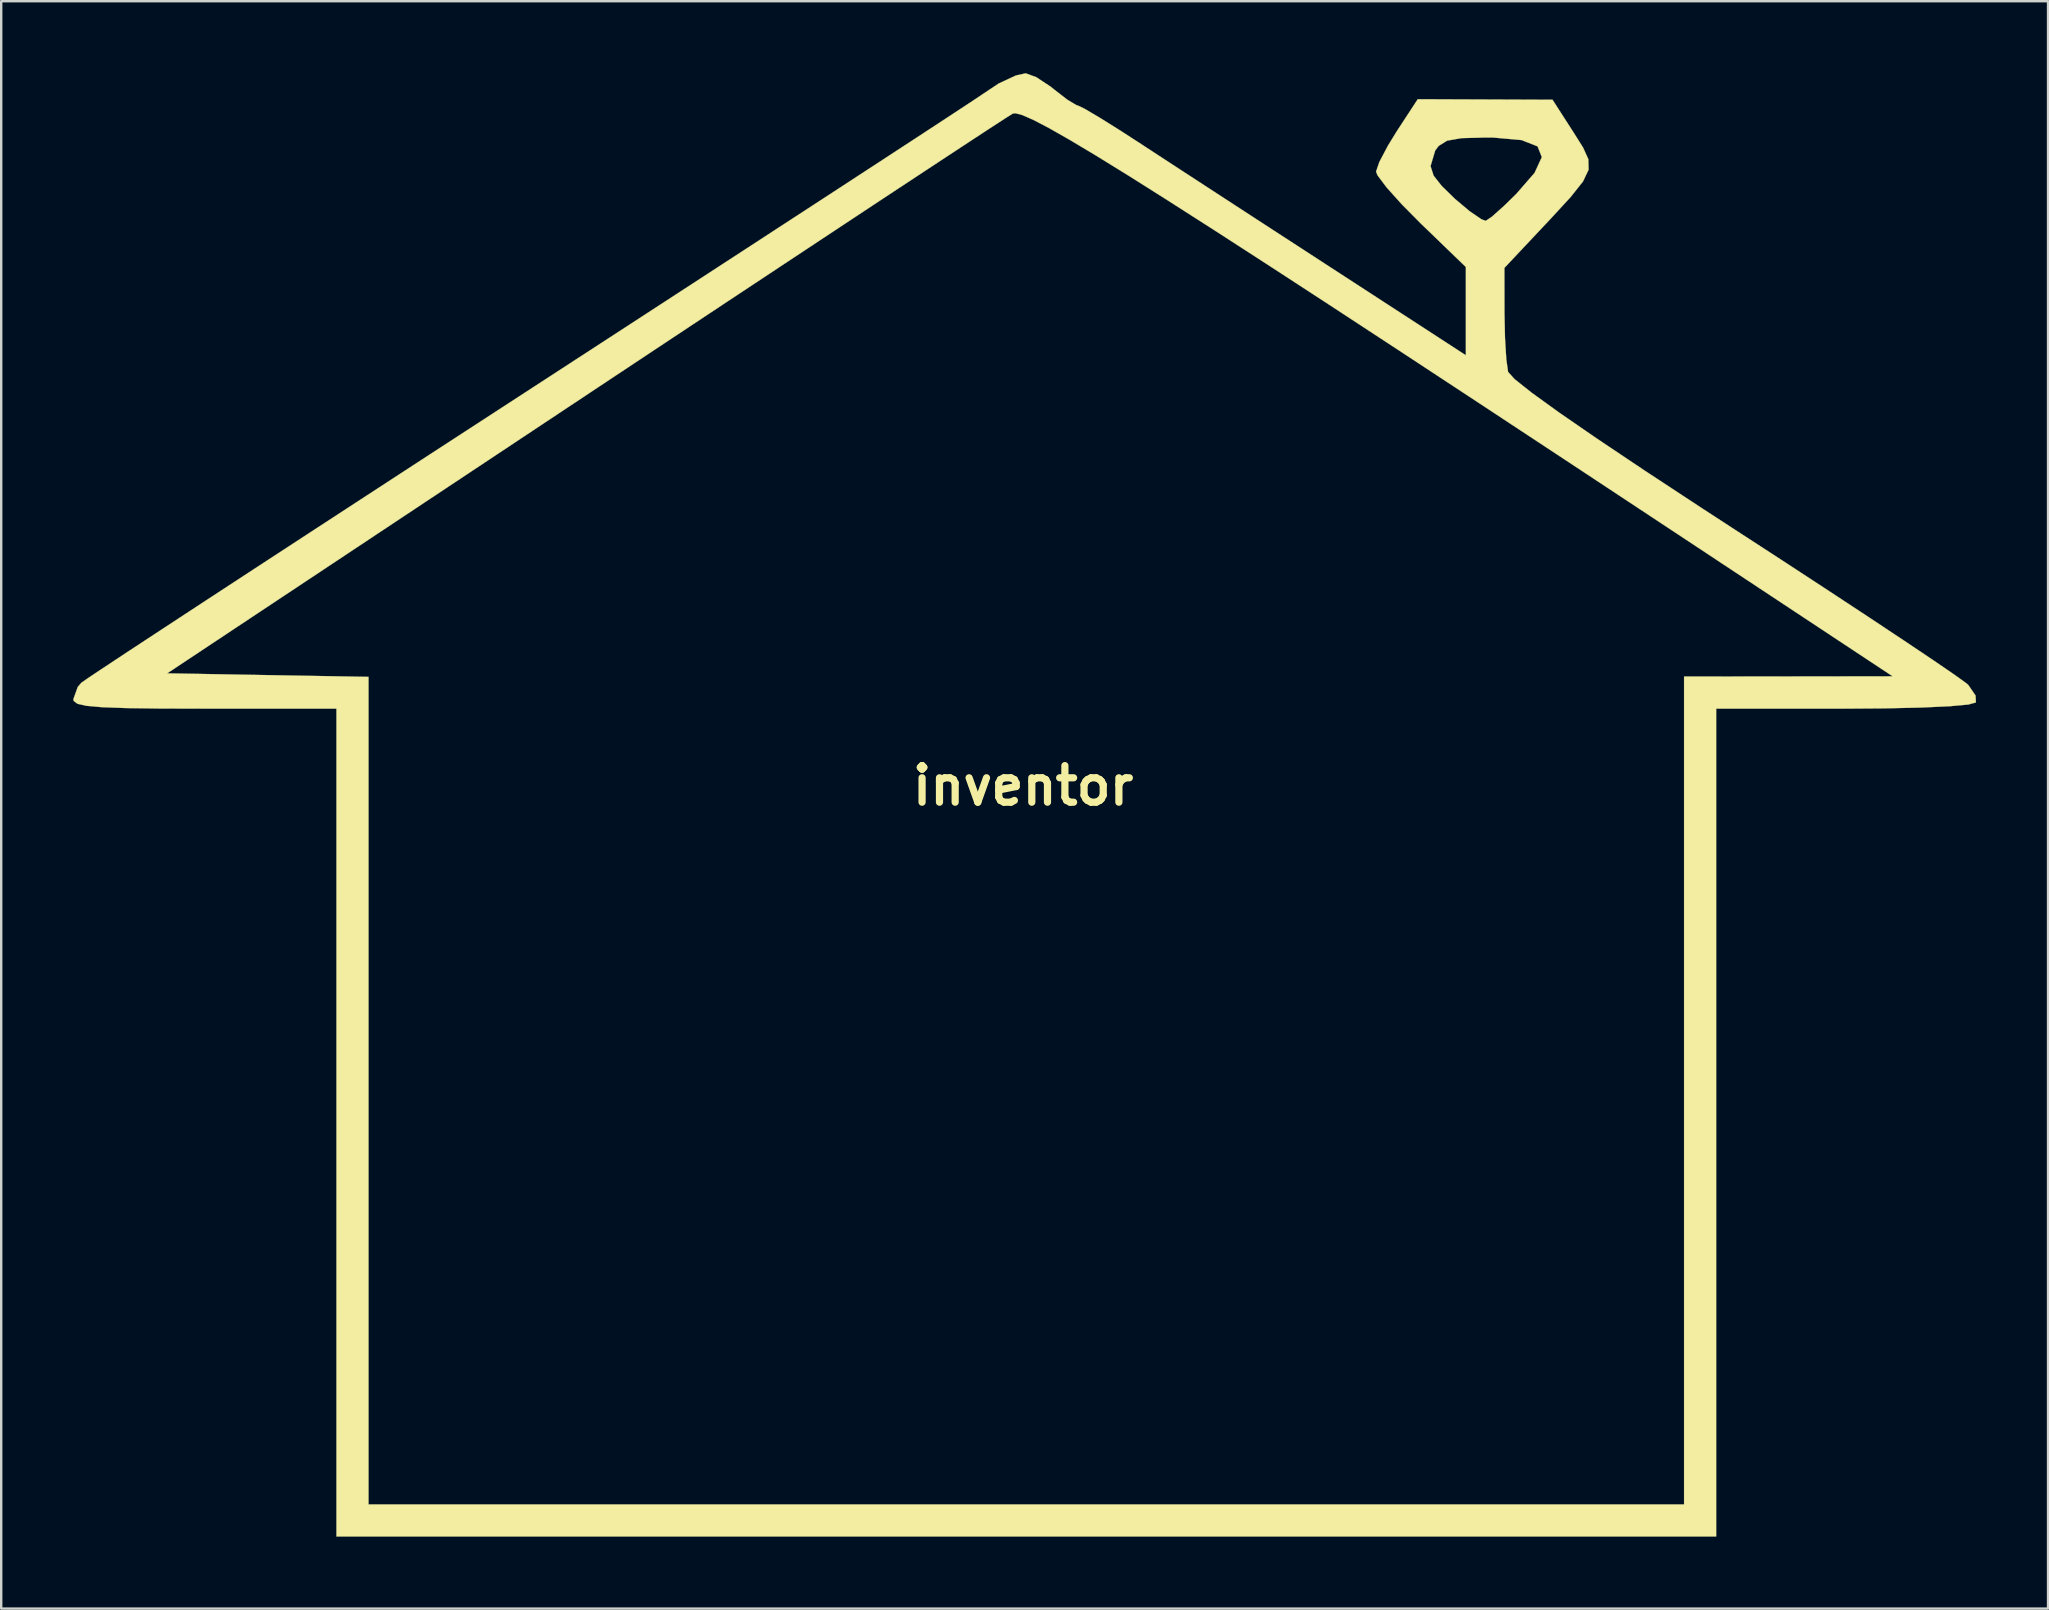
<source format=kicad_pcb>
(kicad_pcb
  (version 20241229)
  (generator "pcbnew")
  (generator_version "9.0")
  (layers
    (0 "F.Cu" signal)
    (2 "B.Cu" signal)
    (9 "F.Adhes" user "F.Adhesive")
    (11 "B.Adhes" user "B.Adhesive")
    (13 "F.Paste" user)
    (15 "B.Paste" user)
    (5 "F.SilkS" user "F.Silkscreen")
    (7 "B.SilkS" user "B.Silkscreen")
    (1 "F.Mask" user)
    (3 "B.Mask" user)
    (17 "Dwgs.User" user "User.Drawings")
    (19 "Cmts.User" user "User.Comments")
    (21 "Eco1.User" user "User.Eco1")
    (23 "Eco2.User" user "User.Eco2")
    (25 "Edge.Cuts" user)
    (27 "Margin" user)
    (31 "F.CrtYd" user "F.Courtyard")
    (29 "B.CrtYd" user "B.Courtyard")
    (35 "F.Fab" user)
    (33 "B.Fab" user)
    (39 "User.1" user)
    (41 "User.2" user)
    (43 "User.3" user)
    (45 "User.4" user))
  (footprint "inventor"
    (layer "F.Cu")
    (at 39.576 29.683)
    (property "Reference" "inventor" (at 0 0 0) (layer "F.SilkS") (effects (font (size 1.524 1.524) (thickness 0.3))))
    (attr through_hole)
    (fp_poly (pts (xy 0.552 -29.516) (xy 1.157 -29.116) (xy 1.288 -29.009) (xy 1.842 -28.58) (xy 2.223 -28.352) (xy 2.27 -28.341) (xy 2.559 -28.203) (xy 3.19 -27.831) (xy 4.061 -27.286) (xy 4.772 -26.826) (xy 5.664 -26.243) (xy 6.909 -25.431) (xy 8.408 -24.455) (xy 10.066 -23.376) (xy 11.785 -22.259) (xy 12.767 -21.621) (xy 18.448 -17.93) (xy 18.448 -21.607) (xy 16.577 -23.414) (xy 15.774 -24.224) (xy 15.143 -24.927) (xy 14.77 -25.425) (xy 14.705 -25.581) (xy 14.784 -25.812) (xy 16.976 -25.812) (xy 17.104 -25.415) (xy 17.44 -24.987) (xy 17.992 -24.448) (xy 18.598 -23.938) (xy 19.097 -23.597) (xy 19.276 -23.531) (xy 19.534 -23.705) (xy 20.041 -24.158) (xy 20.546 -24.651) (xy 21.312 -25.533) (xy 21.613 -26.187) (xy 21.436 -26.634) (xy 20.769 -26.897) (xy 19.6 -27.001) (xy 19.261 -27.004) (xy 18.269 -26.978) (xy 17.667 -26.873) (xy 17.314 -26.654) (xy 17.17 -26.463) (xy 16.976 -25.812) (xy 14.784 -25.812) (xy 14.844 -25.987) (xy 15.202 -26.665) (xy 15.574 -27.27) (xy 16.443 -28.599) (xy 19.251 -28.588) (xy 22.058 -28.577) (xy 22.932 -27.218) (xy 23.33 -26.587) (xy 23.55 -26.102) (xy 23.561 -25.663) (xy 23.327 -25.171) (xy 22.814 -24.526) (xy 21.988 -23.628) (xy 21.539 -23.151) (xy 20.053 -21.571) (xy 20.056 -19.675) (xy 20.078 -18.644) (xy 20.132 -17.768) (xy 20.206 -17.238) (xy 20.476 -16.938) (xy 21.192 -16.369) (xy 22.341 -15.539) (xy 23.913 -14.456) (xy 25.896 -13.127) (xy 28.278 -11.562) (xy 29.623 -10.687) (xy 31.637 -9.378) (xy 33.525 -8.143) (xy 35.234 -7.018) (xy 36.716 -6.034) (xy 37.92 -5.227) (xy 38.795 -4.628) (xy 39.292 -4.271) (xy 39.376 -4.201) (xy 39.684 -3.753) (xy 39.698 -3.466) (xy 39.385 -3.38) (xy 38.602 -3.308) (xy 37.415 -3.254) (xy 35.889 -3.22) (xy 34.207 -3.208) (xy 28.876 -3.208) (xy 28.876 31.282) (xy -28.608 31.282) (xy -28.608 -3.208) (xy -34.089 -3.208) (xy -35.966 -3.213) (xy -37.371 -3.232) (xy -38.369 -3.268) (xy -39.023 -3.326) (xy -39.397 -3.41) (xy -39.553 -3.526) (xy -39.571 -3.599) (xy -39.386 -4.112) (xy -39.236 -4.287) (xy -38.965 -4.476) (xy -38.661 -4.679) (xy -35.661 -4.679) (xy -31.466 -4.605) (xy -27.272 -4.532) (xy -27.272 29.945) (xy 27.539 29.945) (xy 27.539 -4.545) (xy 31.884 -4.55) (xy 36.228 -4.556) (xy 26.871 -10.743) (xy 22.729 -13.479) (xy 19.009 -15.931) (xy 15.692 -18.112) (xy 12.756 -20.035) (xy 10.179 -21.713) (xy 7.94 -23.16) (xy 6.019 -24.389) (xy 4.395 -25.414) (xy 3.045 -26.247) (xy 1.949 -26.903) (xy 1.087 -27.394) (xy 0.436 -27.734) (xy -0.024 -27.936) (xy -0.315 -28.014) (xy -0.433 -28) (xy -0.731 -27.812) (xy -1.439 -27.352) (xy -2.522 -26.642) (xy -3.946 -25.705) (xy -5.674 -24.566) (xy -7.673 -23.245) (xy -9.906 -21.768) (xy -12.34 -20.157) (xy -14.938 -18.435) (xy -17.665 -16.626) (xy -18.299 -16.205) (xy -35.661 -4.679) (xy -38.661 -4.679) (xy -38.279 -4.933) (xy -37.213 -5.638) (xy -35.799 -6.566) (xy -34.073 -7.697) (xy -32.068 -9.008) (xy -29.817 -10.477) (xy -27.356 -12.081) (xy -24.717 -13.8) (xy -21.934 -15.609) (xy -20.454 -16.571) (xy -17.612 -18.418) (xy -14.898 -20.183) (xy -12.345 -21.844) (xy -9.986 -23.38) (xy -7.855 -24.768) (xy -5.986 -25.987) (xy -4.413 -27.014) (xy -3.17 -27.828) (xy -2.29 -28.406) (xy -1.807 -28.726) (xy -1.724 -28.783) (xy -1.014 -29.256) (xy -0.293 -29.59) (xy 0.11 -29.678) (xy 0.552 -29.516)) (stroke (width 0.01) (type solid)) (fill yes) (layer "F.SilkS")))
  (gr_rect
    (start -3 -3)
    (end 82.279 63.97)
    (stroke (width 0.1) (type default))
    (fill no)
    (layer "Edge.Cuts")))
</source>
